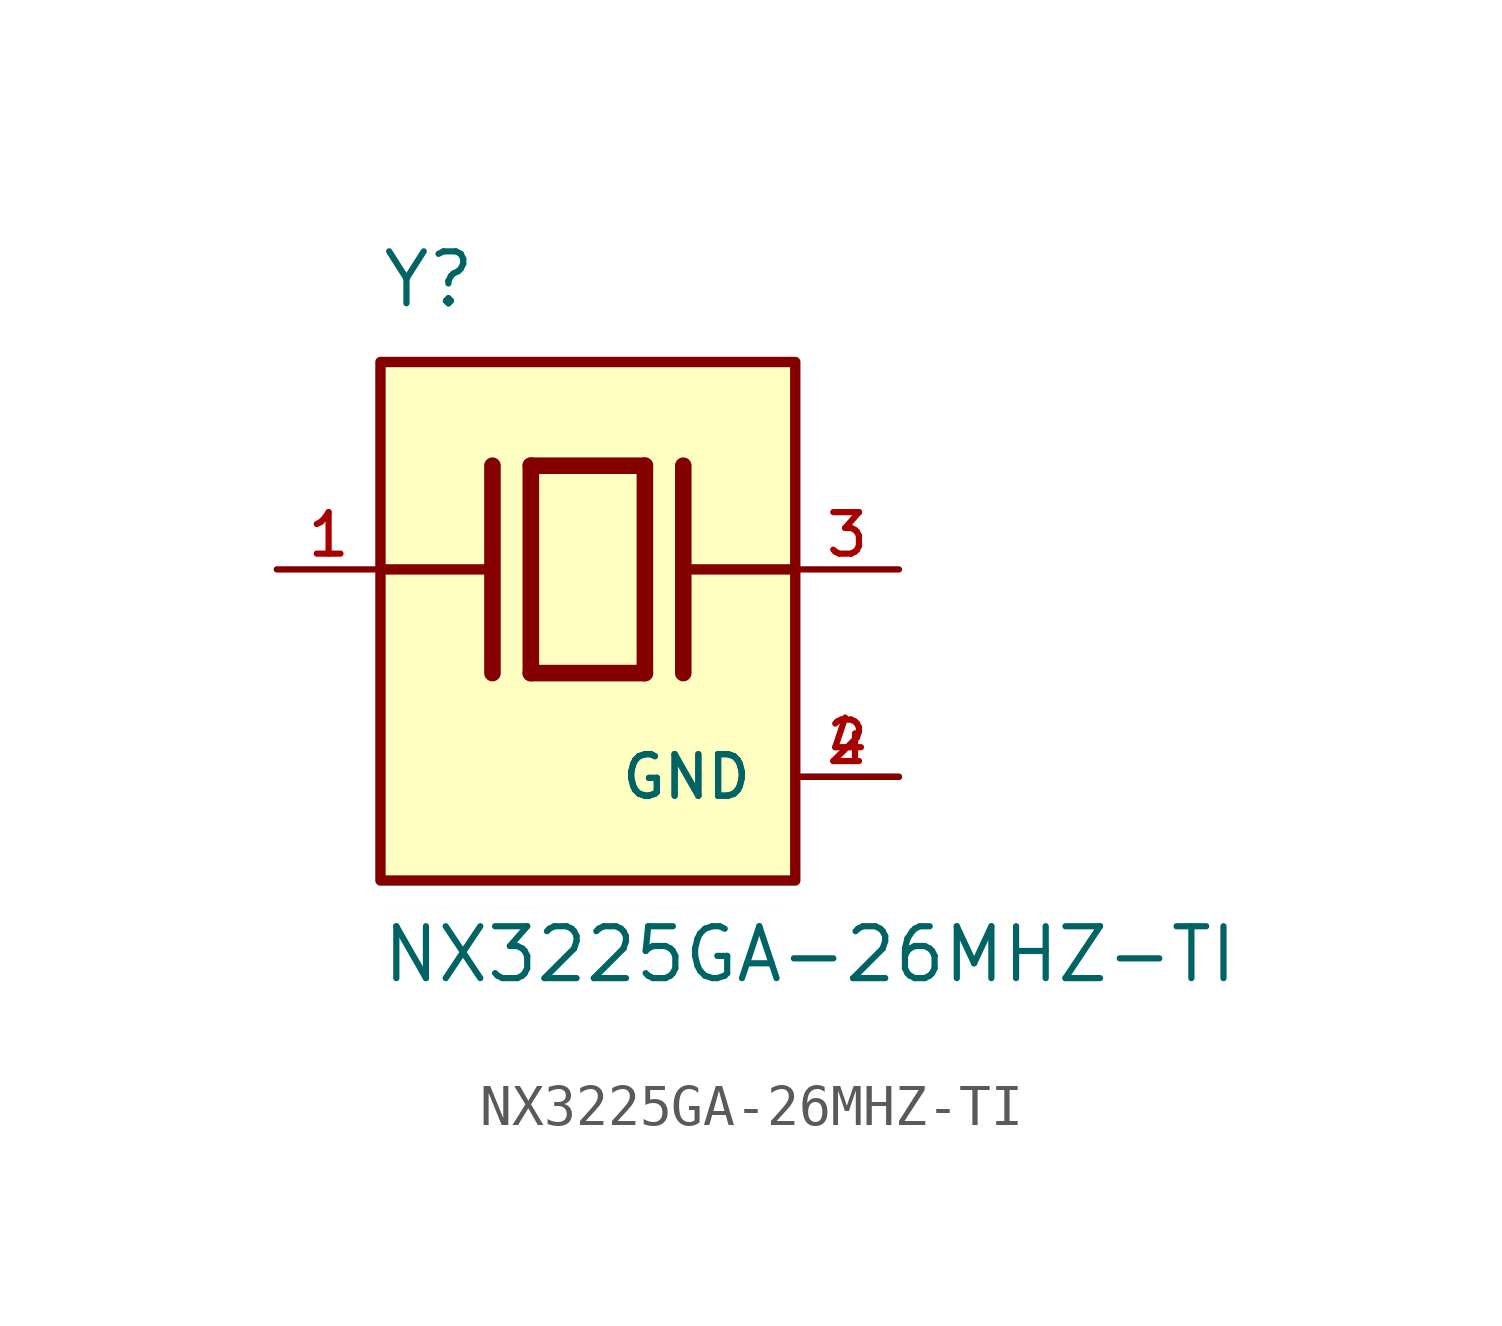
<source format=kicad_sym>
(kicad_symbol_lib
  (version 20211014)
  (generator kicad_symbol_editor)
  (symbol "NX3225GA-26MHZ-TI"
    (pin_names
      (offset 1.016))
    (property "Reference" "Y"
      (at -5.088 6.356 0)
      (effects (font (size 1.27 1.27)) (justify bottom left)))
    (property "Value" "NX3225GA-26MHZ-TI"
      (at -5.094 -10.174 0)
      (effects (font (size 1.27 1.27)) (justify bottom left)))
    (symbol "NX3225GA-26MHZ-TI_0_0"
      (polyline (pts (xy -1.397 2.54) (xy 1.397 2.54)) (stroke (width 0.406)))
      (polyline (pts (xy 1.397 2.54) (xy 1.397 -2.54)) (stroke (width 0.406)))
      (polyline (pts (xy 1.397 -2.54) (xy -1.397 -2.54)) (stroke (width 0.406)))
      (polyline (pts (xy -1.397 2.54) (xy -1.397 -2.54)) (stroke (width 0.406)))
      (polyline (pts (xy 2.337 2.54) (xy 2.337 -2.54)) (stroke (width 0.406)))
      (polyline (pts (xy -2.337 2.54) (xy -2.337 -2.54)) (stroke (width 0.406)))
      (polyline (pts (xy -5.08 0.0) (xy -2.54 0.0)) (stroke (width 0.254)))
      (polyline (pts (xy 2.54 0.0) (xy 5.08 0.0)) (stroke (width 0.254)))
      (rectangle (start -5.08 -7.62) (end 5.08 5.08) (stroke (width 0.254)) (fill (type background)))
      (pin passive line (at 7.62 0.0 180.0) (length 2.54) (name "~" (effects (font (size 1.016 1.016)))) (number "3" (effects (font (size 1.016 1.016)))))
      (pin passive line (at -7.62 0.0 0) (length 2.54) (name "~" (effects (font (size 1.016 1.016)))) (number "1" (effects (font (size 1.016 1.016)))))
      (pin power_in line (at 7.62 -5.08 180.0) (length 2.54) (name "GND" (effects (font (size 1.016 1.016)))) (number "2" (effects (font (size 1.016 1.016)))))
      (pin power_in line (at 7.62 -5.08 180.0) (length 2.54) (name "GND" (effects (font (size 1.016 1.016)))) (number "4" (effects (font (size 1.016 1.016))))))))
</source>
